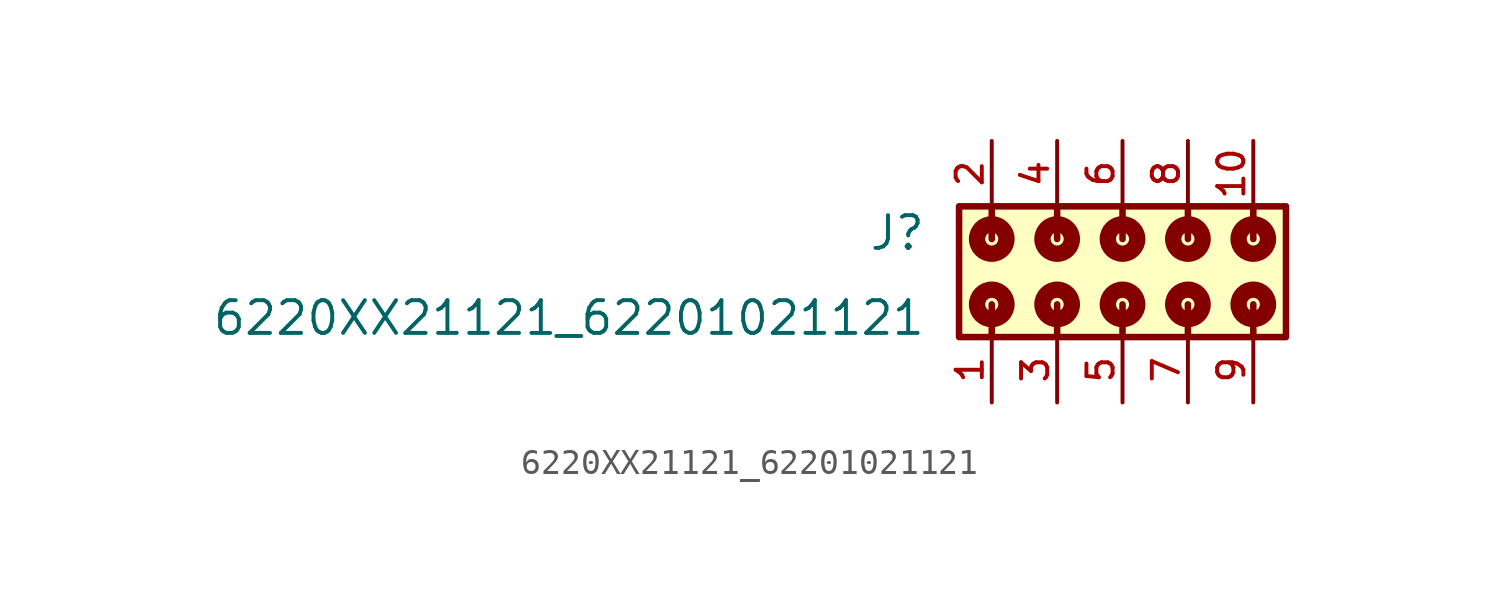
<source format=kicad_sym>
(kicad_symbol_lib
  (version 20211014)
  (generator kicad_symbol_editor)
  (symbol "6220XX21121_62201021121"
    (pin_names
      (offset 1.016))
    (property "Reference" "J"
      (at -7.62 0.762 0)
      (effects (font (size 1.27 1.27)) (justify bottom right)))
    (property "Value" "6220XX21121_62201021121"
      (at -7.62 -2.54 0)
      (effects (font (size 1.27 1.27)) (justify bottom right)))
    (symbol "6220XX21121_62201021121_0_0"
      (polyline (pts (xy -5.08 1.27) (xy -5.08 2.54)) (stroke (width 0.254)))
      (polyline (pts (xy -5.08 -1.27) (xy -5.08 -2.54)) (stroke (width 0.254)))
      (polyline (pts (xy -2.54 1.27) (xy -2.54 2.54)) (stroke (width 0.254)))
      (polyline (pts (xy -2.54 -1.27) (xy -2.54 -2.54)) (stroke (width 0.254)))
      (polyline (pts (xy 0.0 1.27) (xy 0.0 2.54)) (stroke (width 0.254)))
      (polyline (pts (xy 0.0 -1.27) (xy 0.0 -2.54)) (stroke (width 0.254)))
      (polyline (pts (xy 2.54 1.27) (xy 2.54 2.54)) (stroke (width 0.254)))
      (polyline (pts (xy 2.54 -1.27) (xy 2.54 -2.54)) (stroke (width 0.254)))
      (polyline (pts (xy 5.08 1.27) (xy 5.08 2.54)) (stroke (width 0.254)))
      (polyline (pts (xy 5.08 -1.27) (xy 5.08 -2.54)) (stroke (width 0.254)))
      (circle (center -5.08 -1.27) (radius 0.254) (stroke (width 0.635)) (fill (type none)))
      (circle (center -5.08 1.27) (radius 0.254) (stroke (width 0.635)) (fill (type none)))
      (circle (center -2.54 -1.27) (radius 0.254) (stroke (width 0.635)) (fill (type none)))
      (circle (center -2.54 1.27) (radius 0.254) (stroke (width 0.635)) (fill (type none)))
      (circle (center 0.0 -1.27) (radius 0.254) (stroke (width 0.635)) (fill (type none)))
      (circle (center 0.0 1.27) (radius 0.254) (stroke (width 0.635)) (fill (type none)))
      (circle (center 2.54 -1.27) (radius 0.254) (stroke (width 0.635)) (fill (type none)))
      (circle (center 2.54 1.27) (radius 0.254) (stroke (width 0.635)) (fill (type none)))
      (circle (center 5.08 -1.27) (radius 0.254) (stroke (width 0.635)) (fill (type none)))
      (circle (center 5.08 1.27) (radius 0.254) (stroke (width 0.635)) (fill (type none)))
      (rectangle (start -6.35 -2.54) (end 6.35 2.54) (stroke (width 0.254)) (fill (type background)))
      (pin passive line (at -5.08 -5.08 90.0) (length 2.54) (name "~" (effects (font (size 1.016 1.016)))) (number "1" (effects (font (size 1.016 1.016)))))
      (pin passive line (at -5.08 5.08 270.0) (length 2.54) (name "~" (effects (font (size 1.016 1.016)))) (number "2" (effects (font (size 1.016 1.016)))))
      (pin passive line (at -2.54 -5.08 90.0) (length 2.54) (name "~" (effects (font (size 1.016 1.016)))) (number "3" (effects (font (size 1.016 1.016)))))
      (pin passive line (at -2.54 5.08 270.0) (length 2.54) (name "~" (effects (font (size 1.016 1.016)))) (number "4" (effects (font (size 1.016 1.016)))))
      (pin passive line (at 0.0 -5.08 90.0) (length 2.54) (name "~" (effects (font (size 1.016 1.016)))) (number "5" (effects (font (size 1.016 1.016)))))
      (pin passive line (at 0.0 5.08 270.0) (length 2.54) (name "~" (effects (font (size 1.016 1.016)))) (number "6" (effects (font (size 1.016 1.016)))))
      (pin passive line (at 2.54 -5.08 90.0) (length 2.54) (name "~" (effects (font (size 1.016 1.016)))) (number "7" (effects (font (size 1.016 1.016)))))
      (pin passive line (at 2.54 5.08 270.0) (length 2.54) (name "~" (effects (font (size 1.016 1.016)))) (number "8" (effects (font (size 1.016 1.016)))))
      (pin passive line (at 5.08 -5.08 90.0) (length 2.54) (name "~" (effects (font (size 1.016 1.016)))) (number "9" (effects (font (size 1.016 1.016)))))
      (pin passive line (at 5.08 5.08 270.0) (length 2.54) (name "~" (effects (font (size 1.016 1.016)))) (number "10" (effects (font (size 1.016 1.016))))))))
</source>
